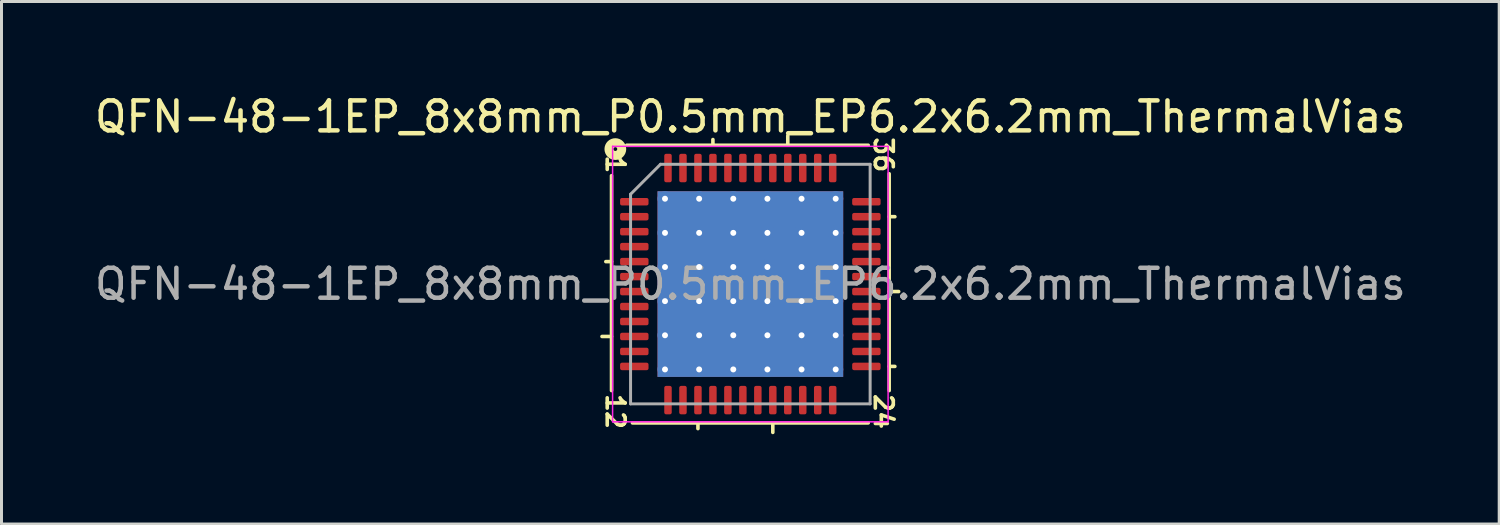
<source format=kicad_pcb>
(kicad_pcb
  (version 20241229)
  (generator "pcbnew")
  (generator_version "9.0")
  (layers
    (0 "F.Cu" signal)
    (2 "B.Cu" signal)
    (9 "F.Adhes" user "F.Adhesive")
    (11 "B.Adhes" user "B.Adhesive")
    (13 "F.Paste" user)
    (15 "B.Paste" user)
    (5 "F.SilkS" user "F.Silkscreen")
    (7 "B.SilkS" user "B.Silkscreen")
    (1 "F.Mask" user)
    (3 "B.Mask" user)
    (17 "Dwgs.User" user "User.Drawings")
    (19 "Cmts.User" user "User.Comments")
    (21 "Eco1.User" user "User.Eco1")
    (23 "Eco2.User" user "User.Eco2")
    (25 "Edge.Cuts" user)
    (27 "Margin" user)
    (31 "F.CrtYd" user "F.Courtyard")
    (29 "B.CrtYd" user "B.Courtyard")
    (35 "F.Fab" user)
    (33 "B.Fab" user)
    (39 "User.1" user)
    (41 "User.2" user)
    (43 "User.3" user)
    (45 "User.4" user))
  (footprint "QFN-48-1EP_8x8mm_P0.5mm_EP6.2x6.2mm_ThermalVias"
    (layer "F.Cu")
    (at 22.006 6.436)
    (property "Reference" "QFN-48-1EP_8x8mm_P0.5mm_EP6.2x6.2mm_ThermalVias" (at 0 -5.588 0) (layer "F.SilkS") (effects (font (size 1 1) (thickness 0.15))))
    (attr smd)
    (fp_line (start -4.636 -3.619) (end -4.636 3.556) (stroke (width 0.12) (type solid)) (layer "F.SilkS"))
    (fp_line (start -4.636 -0.75) (end -4.826 -0.75) (stroke (width 0.12) (type solid)) (layer "F.SilkS"))
    (fp_line (start -4.636 1.75) (end -4.953 1.75) (stroke (width 0.12) (type solid)) (layer "F.SilkS"))
    (fp_line (start -3.937 4.636) (end 3.937 4.636) (stroke (width 0.12) (type solid)) (layer "F.SilkS"))
    (fp_line (start -1.75 4.636) (end -1.75 4.826) (stroke (width 0.12) (type solid)) (layer "F.SilkS"))
    (fp_line (start -1.25 -4.636) (end -1.25 -4.826) (stroke (width 0.12) (type solid)) (layer "F.SilkS"))
    (fp_line (start 0.75 4.636) (end 0.75 4.953) (stroke (width 0.12) (type solid)) (layer "F.SilkS"))
    (fp_line (start 1.25 -4.636) (end 1.25 -4.953) (stroke (width 0.12) (type solid)) (layer "F.SilkS"))
    (fp_line (start 3.937 -4.636) (end -4.128 -4.636) (stroke (width 0.12) (type solid)) (layer "F.SilkS"))
    (fp_line (start 4.636 -2.25) (end 4.826 -2.25) (stroke (width 0.12) (type solid)) (layer "F.SilkS"))
    (fp_line (start 4.636 0.25) (end 4.953 0.25) (stroke (width 0.12) (type solid)) (layer "F.SilkS"))
    (fp_line (start 4.636 2.75) (end 4.826 2.75) (stroke (width 0.12) (type solid)) (layer "F.SilkS"))
    (fp_line (start 4.636 3.556) (end 4.636 -3.683) (stroke (width 0.12) (type solid)) (layer "F.SilkS"))
    (fp_circle (center -4.508 -4.508) (end -4.445 -4.508) (stroke (width 0.3) (type solid)) (fill no) (layer "F.SilkS"))
    (fp_line (start -4.6 -4.6) (end -4.6 4.6) (stroke (width 0.05) (type solid)) (layer "F.CrtYd"))
    (fp_line (start -4.6 4.6) (end 4.6 4.6) (stroke (width 0.05) (type solid)) (layer "F.CrtYd"))
    (fp_line (start 4.6 -4.6) (end -4.6 -4.6) (stroke (width 0.05) (type solid)) (layer "F.CrtYd"))
    (fp_line (start 4.6 4.6) (end 4.6 -4.6) (stroke (width 0.05) (type solid)) (layer "F.CrtYd"))
    (fp_line (start -4 -3) (end -3 -4) (stroke (width 0.1) (type solid)) (layer "F.Fab"))
    (fp_line (start -4 4) (end -4 -3) (stroke (width 0.1) (type solid)) (layer "F.Fab"))
    (fp_line (start -3 -4) (end 4 -4) (stroke (width 0.1) (type solid)) (layer "F.Fab"))
    (fp_line (start 4 -4) (end 4 4) (stroke (width 0.1) (type solid)) (layer "F.Fab"))
    (fp_line (start 4 4) (end -4 4) (stroke (width 0.1) (type solid)) (layer "F.Fab"))
    (fp_text user "24" (at 4.445 4.255 270) (unlocked yes) (layer "F.SilkS") (effects (font (size 0.6 0.6) (thickness 0.12))))
    (fp_text user "12" (at -4.508 4.255 270) (unlocked yes) (layer "F.SilkS") (effects (font (size 0.6 0.6) (thickness 0.12))))
    (fp_text user "1" (at -4.508 -4 270) (unlocked yes) (layer "F.SilkS") (effects (font (size 0.6 0.6) (thickness 0.12))))
    (fp_text user "36" (at 4.445 -4.318 270) (unlocked yes) (layer "F.SilkS") (effects (font (size 0.6 0.6) (thickness 0.12))))
    (fp_text user "${REFERENCE}" (at 0 0 0) (layer "F.Fab") (effects (font (size 1 1) (thickness 0.15))))
    (pad "" smd roundrect (at -2.28 -2.28) (size 0.961 0.961) (layers "F.Paste") (roundrect_rratio 0.25))
    (pad "" smd roundrect (at -2.28 -1.14) (size 0.961 0.961) (layers "F.Paste") (roundrect_rratio 0.25))
    (pad "" smd roundrect (at -2.28 0) (size 0.961 0.961) (layers "F.Paste") (roundrect_rratio 0.25))
    (pad "" smd roundrect (at -2.28 1.14) (size 0.961 0.961) (layers "F.Paste") (roundrect_rratio 0.25))
    (pad "" smd roundrect (at -2.28 2.28) (size 0.961 0.961) (layers "F.Paste") (roundrect_rratio 0.25))
    (pad "" smd roundrect (at -1.14 -2.28) (size 0.961 0.961) (layers "F.Paste") (roundrect_rratio 0.25))
    (pad "" smd roundrect (at -1.14 -1.14) (size 0.961 0.961) (layers "F.Paste") (roundrect_rratio 0.25))
    (pad "" smd roundrect (at -1.14 0) (size 0.961 0.961) (layers "F.Paste") (roundrect_rratio 0.25))
    (pad "" smd roundrect (at -1.14 1.14) (size 0.961 0.961) (layers "F.Paste") (roundrect_rratio 0.25))
    (pad "" smd roundrect (at -1.14 2.28) (size 0.961 0.961) (layers "F.Paste") (roundrect_rratio 0.25))
    (pad "" smd roundrect (at 0 -2.28) (size 0.961 0.961) (layers "F.Paste") (roundrect_rratio 0.25))
    (pad "" smd roundrect (at 0 -1.14) (size 0.961 0.961) (layers "F.Paste") (roundrect_rratio 0.25))
    (pad "" smd roundrect (at 0 0) (size 0.961 0.961) (layers "F.Paste") (roundrect_rratio 0.25))
    (pad "" smd roundrect (at 0 1.14) (size 0.961 0.961) (layers "F.Paste") (roundrect_rratio 0.25))
    (pad "" smd roundrect (at 0 2.28) (size 0.961 0.961) (layers "F.Paste") (roundrect_rratio 0.25))
    (pad "" smd roundrect (at 1.14 -2.28) (size 0.961 0.961) (layers "F.Paste") (roundrect_rratio 0.25))
    (pad "" smd roundrect (at 1.14 -1.14) (size 0.961 0.961) (layers "F.Paste") (roundrect_rratio 0.25))
    (pad "" smd roundrect (at 1.14 0) (size 0.961 0.961) (layers "F.Paste") (roundrect_rratio 0.25))
    (pad "" smd roundrect (at 1.14 1.14) (size 0.961 0.961) (layers "F.Paste") (roundrect_rratio 0.25))
    (pad "" smd roundrect (at 1.14 2.28) (size 0.961 0.961) (layers "F.Paste") (roundrect_rratio 0.25))
    (pad "" smd roundrect (at 2.28 -2.28) (size 0.961 0.961) (layers "F.Paste") (roundrect_rratio 0.25))
    (pad "" smd roundrect (at 2.28 -1.14) (size 0.961 0.961) (layers "F.Paste") (roundrect_rratio 0.25))
    (pad "" smd roundrect (at 2.28 0) (size 0.961 0.961) (layers "F.Paste") (roundrect_rratio 0.25))
    (pad "" smd roundrect (at 2.28 1.14) (size 0.961 0.961) (layers "F.Paste") (roundrect_rratio 0.25))
    (pad "" smd roundrect (at 2.28 2.28) (size 0.961 0.961) (layers "F.Paste") (roundrect_rratio 0.25))
    (pad "1" smd roundrect (at -3.875 -2.75) (size 0.95 0.25) (layers "F.Cu" "F.Mask" "F.Paste") (roundrect_rratio 0.25))
    (pad "2" smd roundrect (at -3.875 -2.25) (size 0.95 0.25) (layers "F.Cu" "F.Mask" "F.Paste") (roundrect_rratio 0.25))
    (pad "3" smd roundrect (at -3.875 -1.75) (size 0.95 0.25) (layers "F.Cu" "F.Mask" "F.Paste") (roundrect_rratio 0.25))
    (pad "4" smd roundrect (at -3.875 -1.25) (size 0.95 0.25) (layers "F.Cu" "F.Mask" "F.Paste") (roundrect_rratio 0.25))
    (pad "5" smd roundrect (at -3.875 -0.75) (size 0.95 0.25) (layers "F.Cu" "F.Mask" "F.Paste") (roundrect_rratio 0.25))
    (pad "6" smd roundrect (at -3.875 -0.25) (size 0.95 0.25) (layers "F.Cu" "F.Mask" "F.Paste") (roundrect_rratio 0.25))
    (pad "7" smd roundrect (at -3.875 0.25) (size 0.95 0.25) (layers "F.Cu" "F.Mask" "F.Paste") (roundrect_rratio 0.25))
    (pad "8" smd roundrect (at -3.875 0.75) (size 0.95 0.25) (layers "F.Cu" "F.Mask" "F.Paste") (roundrect_rratio 0.25))
    (pad "9" smd roundrect (at -3.875 1.25) (size 0.95 0.25) (layers "F.Cu" "F.Mask" "F.Paste") (roundrect_rratio 0.25))
    (pad "10" smd roundrect (at -3.875 1.75) (size 0.95 0.25) (layers "F.Cu" "F.Mask" "F.Paste") (roundrect_rratio 0.25))
    (pad "11" smd roundrect (at -3.875 2.25) (size 0.95 0.25) (layers "F.Cu" "F.Mask" "F.Paste") (roundrect_rratio 0.25))
    (pad "12" smd roundrect (at -3.875 2.75) (size 0.95 0.25) (layers "F.Cu" "F.Mask" "F.Paste") (roundrect_rratio 0.25))
    (pad "13" smd roundrect (at -2.75 3.875) (size 0.25 0.95) (layers "F.Cu" "F.Mask" "F.Paste") (roundrect_rratio 0.25))
    (pad "14" smd roundrect (at -2.25 3.875) (size 0.25 0.95) (layers "F.Cu" "F.Mask" "F.Paste") (roundrect_rratio 0.25))
    (pad "15" smd roundrect (at -1.75 3.875) (size 0.25 0.95) (layers "F.Cu" "F.Mask" "F.Paste") (roundrect_rratio 0.25))
    (pad "16" smd roundrect (at -1.25 3.875) (size 0.25 0.95) (layers "F.Cu" "F.Mask" "F.Paste") (roundrect_rratio 0.25))
    (pad "17" smd roundrect (at -0.75 3.875) (size 0.25 0.95) (layers "F.Cu" "F.Mask" "F.Paste") (roundrect_rratio 0.25))
    (pad "18" smd roundrect (at -0.25 3.875) (size 0.25 0.95) (layers "F.Cu" "F.Mask" "F.Paste") (roundrect_rratio 0.25))
    (pad "19" smd roundrect (at 0.25 3.875) (size 0.25 0.95) (layers "F.Cu" "F.Mask" "F.Paste") (roundrect_rratio 0.25))
    (pad "20" smd roundrect (at 0.75 3.875) (size 0.25 0.95) (layers "F.Cu" "F.Mask" "F.Paste") (roundrect_rratio 0.25))
    (pad "21" smd roundrect (at 1.25 3.875) (size 0.25 0.95) (layers "F.Cu" "F.Mask" "F.Paste") (roundrect_rratio 0.25))
    (pad "22" smd roundrect (at 1.75 3.875) (size 0.25 0.95) (layers "F.Cu" "F.Mask" "F.Paste") (roundrect_rratio 0.25))
    (pad "23" smd roundrect (at 2.25 3.875) (size 0.25 0.95) (layers "F.Cu" "F.Mask" "F.Paste") (roundrect_rratio 0.25))
    (pad "24" smd roundrect (at 2.75 3.875) (size 0.25 0.95) (layers "F.Cu" "F.Mask" "F.Paste") (roundrect_rratio 0.25))
    (pad "25" smd roundrect (at 3.875 2.75) (size 0.95 0.25) (layers "F.Cu" "F.Mask" "F.Paste") (roundrect_rratio 0.25))
    (pad "26" smd roundrect (at 3.875 2.25) (size 0.95 0.25) (layers "F.Cu" "F.Mask" "F.Paste") (roundrect_rratio 0.25))
    (pad "27" smd roundrect (at 3.875 1.75) (size 0.95 0.25) (layers "F.Cu" "F.Mask" "F.Paste") (roundrect_rratio 0.25))
    (pad "28" smd roundrect (at 3.875 1.25) (size 0.95 0.25) (layers "F.Cu" "F.Mask" "F.Paste") (roundrect_rratio 0.25))
    (pad "29" smd roundrect (at 3.875 0.75) (size 0.95 0.25) (layers "F.Cu" "F.Mask" "F.Paste") (roundrect_rratio 0.25))
    (pad "30" smd roundrect (at 3.875 0.25) (size 0.95 0.25) (layers "F.Cu" "F.Mask" "F.Paste") (roundrect_rratio 0.25))
    (pad "31" smd roundrect (at 3.875 -0.25) (size 0.95 0.25) (layers "F.Cu" "F.Mask" "F.Paste") (roundrect_rratio 0.25))
    (pad "32" smd roundrect (at 3.875 -0.75) (size 0.95 0.25) (layers "F.Cu" "F.Mask" "F.Paste") (roundrect_rratio 0.25))
    (pad "33" smd roundrect (at 3.875 -1.25) (size 0.95 0.25) (layers "F.Cu" "F.Mask" "F.Paste") (roundrect_rratio 0.25))
    (pad "34" smd roundrect (at 3.875 -1.75) (size 0.95 0.25) (layers "F.Cu" "F.Mask" "F.Paste") (roundrect_rratio 0.25))
    (pad "35" smd roundrect (at 3.875 -2.25) (size 0.95 0.25) (layers "F.Cu" "F.Mask" "F.Paste") (roundrect_rratio 0.25))
    (pad "36" smd roundrect (at 3.875 -2.75) (size 0.95 0.25) (layers "F.Cu" "F.Mask" "F.Paste") (roundrect_rratio 0.25))
    (pad "37" smd roundrect (at 2.75 -3.875) (size 0.25 0.95) (layers "F.Cu" "F.Mask" "F.Paste") (roundrect_rratio 0.25))
    (pad "38" smd roundrect (at 2.25 -3.875) (size 0.25 0.95) (layers "F.Cu" "F.Mask" "F.Paste") (roundrect_rratio 0.25))
    (pad "39" smd roundrect (at 1.75 -3.875) (size 0.25 0.95) (layers "F.Cu" "F.Mask" "F.Paste") (roundrect_rratio 0.25))
    (pad "40" smd roundrect (at 1.25 -3.875) (size 0.25 0.95) (layers "F.Cu" "F.Mask" "F.Paste") (roundrect_rratio 0.25))
    (pad "41" smd roundrect (at 0.75 -3.875) (size 0.25 0.95) (layers "F.Cu" "F.Mask" "F.Paste") (roundrect_rratio 0.25))
    (pad "42" smd roundrect (at 0.25 -3.875) (size 0.25 0.95) (layers "F.Cu" "F.Mask" "F.Paste") (roundrect_rratio 0.25))
    (pad "43" smd roundrect (at -0.25 -3.875) (size 0.25 0.95) (layers "F.Cu" "F.Mask" "F.Paste") (roundrect_rratio 0.25))
    (pad "44" smd roundrect (at -0.75 -3.875) (size 0.25 0.95) (layers "F.Cu" "F.Mask" "F.Paste") (roundrect_rratio 0.25))
    (pad "45" smd roundrect (at -1.25 -3.875) (size 0.25 0.95) (layers "F.Cu" "F.Mask" "F.Paste") (roundrect_rratio 0.25))
    (pad "46" smd roundrect (at -1.75 -3.875) (size 0.25 0.95) (layers "F.Cu" "F.Mask" "F.Paste") (roundrect_rratio 0.25))
    (pad "47" smd roundrect (at -2.25 -3.875) (size 0.25 0.95) (layers "F.Cu" "F.Mask" "F.Paste") (roundrect_rratio 0.25))
    (pad "48" smd roundrect (at -2.75 -3.875) (size 0.25 0.95) (layers "F.Cu" "F.Mask" "F.Paste") (roundrect_rratio 0.25))
    (pad "49" thru_hole circle (at -2.85 -2.85) (size 0.5 0.5) (drill 0.2) (layers "*.Cu"))
    (pad "49" thru_hole circle (at -2.85 -1.71) (size 0.5 0.5) (drill 0.2) (layers "*.Cu"))
    (pad "49" thru_hole circle (at -2.85 -0.57) (size 0.5 0.5) (drill 0.2) (layers "*.Cu"))
    (pad "49" thru_hole circle (at -2.85 0.57) (size 0.5 0.5) (drill 0.2) (layers "*.Cu"))
    (pad "49" thru_hole circle (at -2.85 1.71) (size 0.5 0.5) (drill 0.2) (layers "*.Cu"))
    (pad "49" thru_hole circle (at -2.85 2.85) (size 0.5 0.5) (drill 0.2) (layers "*.Cu"))
    (pad "49" thru_hole circle (at -1.71 -2.85) (size 0.5 0.5) (drill 0.2) (layers "*.Cu"))
    (pad "49" thru_hole circle (at -1.71 -1.71) (size 0.5 0.5) (drill 0.2) (layers "*.Cu"))
    (pad "49" thru_hole circle (at -1.71 -0.57) (size 0.5 0.5) (drill 0.2) (layers "*.Cu"))
    (pad "49" thru_hole circle (at -1.71 0.57) (size 0.5 0.5) (drill 0.2) (layers "*.Cu"))
    (pad "49" thru_hole circle (at -1.71 1.71) (size 0.5 0.5) (drill 0.2) (layers "*.Cu"))
    (pad "49" thru_hole circle (at -1.71 2.85) (size 0.5 0.5) (drill 0.2) (layers "*.Cu"))
    (pad "49" thru_hole circle (at -0.57 -2.85) (size 0.5 0.5) (drill 0.2) (layers "*.Cu"))
    (pad "49" thru_hole circle (at -0.57 -1.71) (size 0.5 0.5) (drill 0.2) (layers "*.Cu"))
    (pad "49" thru_hole circle (at -0.57 -0.57) (size 0.5 0.5) (drill 0.2) (layers "*.Cu"))
    (pad "49" thru_hole circle (at -0.57 0.57) (size 0.5 0.5) (drill 0.2) (layers "*.Cu"))
    (pad "49" thru_hole circle (at -0.57 1.71) (size 0.5 0.5) (drill 0.2) (layers "*.Cu"))
    (pad "49" thru_hole circle (at -0.57 2.85) (size 0.5 0.5) (drill 0.2) (layers "*.Cu"))
    (pad "49" smd rect (at 0 0) (size 6.2 6.2) (layers "F.Cu" "F.Mask"))
    (pad "49" smd rect (at 0 0) (size 6.2 6.2) (layers "B.Cu" "B.Mask"))
    (pad "49" thru_hole circle (at 0.57 -2.85) (size 0.5 0.5) (drill 0.2) (layers "*.Cu"))
    (pad "49" thru_hole circle (at 0.57 -1.71) (size 0.5 0.5) (drill 0.2) (layers "*.Cu"))
    (pad "49" thru_hole circle (at 0.57 -0.57) (size 0.5 0.5) (drill 0.2) (layers "*.Cu"))
    (pad "49" thru_hole circle (at 0.57 0.57) (size 0.5 0.5) (drill 0.2) (layers "*.Cu"))
    (pad "49" thru_hole circle (at 0.57 1.71) (size 0.5 0.5) (drill 0.2) (layers "*.Cu"))
    (pad "49" thru_hole circle (at 0.57 2.85) (size 0.5 0.5) (drill 0.2) (layers "*.Cu"))
    (pad "49" thru_hole circle (at 1.71 -2.85) (size 0.5 0.5) (drill 0.2) (layers "*.Cu"))
    (pad "49" thru_hole circle (at 1.71 -1.71) (size 0.5 0.5) (drill 0.2) (layers "*.Cu"))
    (pad "49" thru_hole circle (at 1.71 -0.57) (size 0.5 0.5) (drill 0.2) (layers "*.Cu"))
    (pad "49" thru_hole circle (at 1.71 0.57) (size 0.5 0.5) (drill 0.2) (layers "*.Cu"))
    (pad "49" thru_hole circle (at 1.71 1.71) (size 0.5 0.5) (drill 0.2) (layers "*.Cu"))
    (pad "49" thru_hole circle (at 1.71 2.85) (size 0.5 0.5) (drill 0.2) (layers "*.Cu"))
    (pad "49" thru_hole circle (at 2.85 -2.85) (size 0.5 0.5) (drill 0.2) (layers "*.Cu"))
    (pad "49" thru_hole circle (at 2.85 -1.71) (size 0.5 0.5) (drill 0.2) (layers "*.Cu"))
    (pad "49" thru_hole circle (at 2.85 -0.57) (size 0.5 0.5) (drill 0.2) (layers "*.Cu"))
    (pad "49" thru_hole circle (at 2.85 0.57) (size 0.5 0.5) (drill 0.2) (layers "*.Cu"))
    (pad "49" thru_hole circle (at 2.85 1.71) (size 0.5 0.5) (drill 0.2) (layers "*.Cu"))
    (pad "49" thru_hole circle (at 2.85 2.85) (size 0.5 0.5) (drill 0.2) (layers "*.Cu")))
  (gr_rect
    (start -3 -3)
    (end 47.012 14.449)
    (stroke (width 0.1) (type default))
    (fill no)
    (layer "Edge.Cuts")))
</source>
